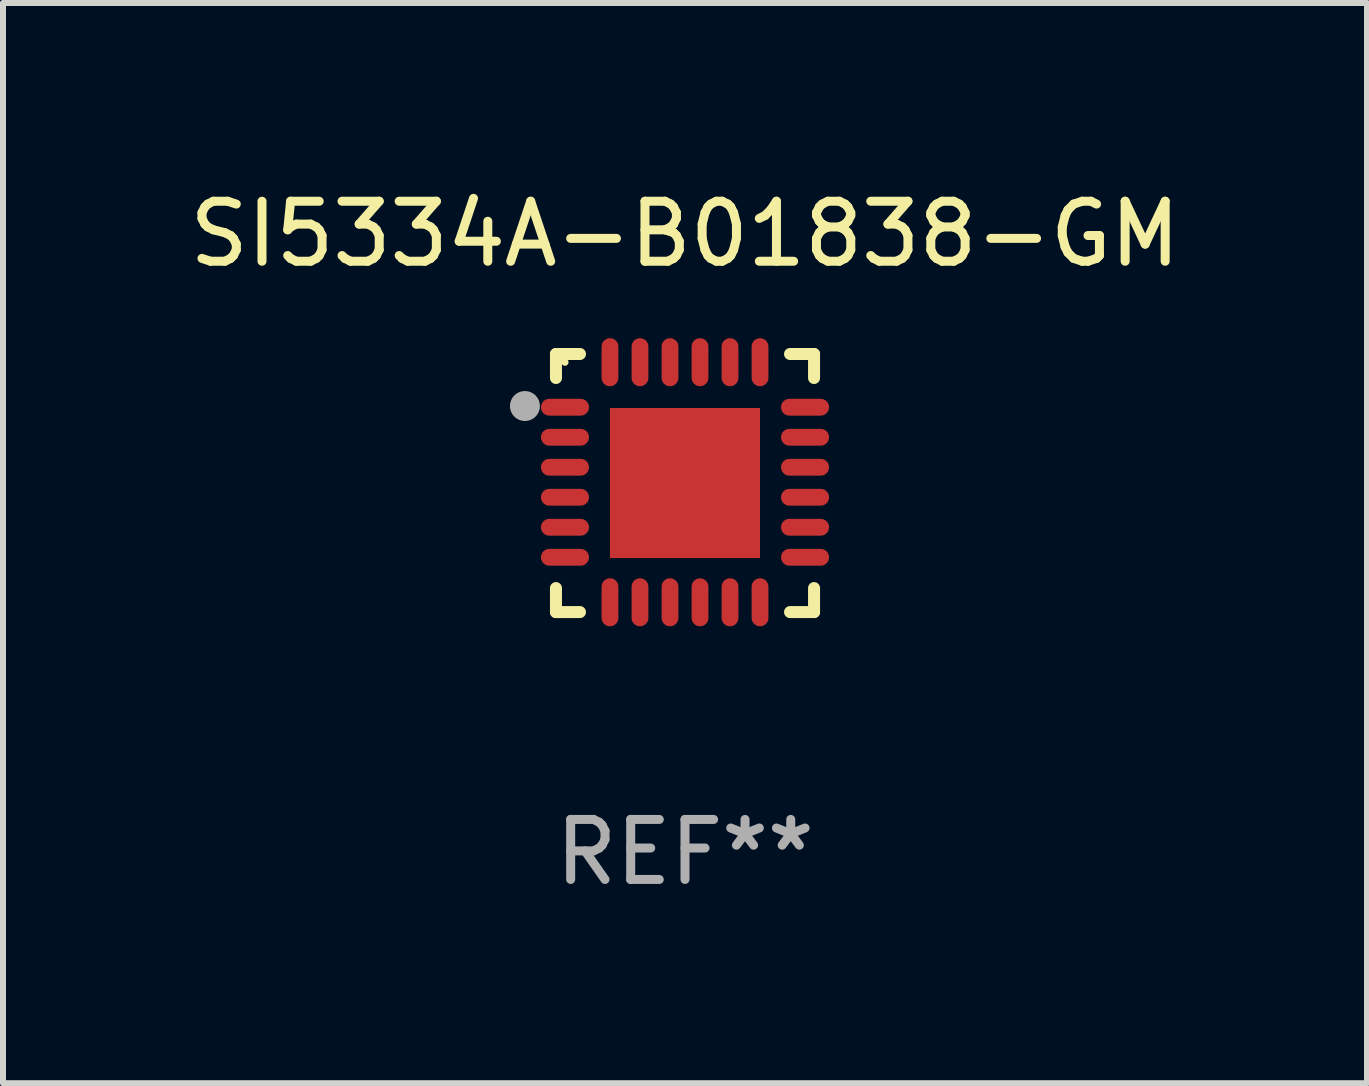
<source format=kicad_pcb>
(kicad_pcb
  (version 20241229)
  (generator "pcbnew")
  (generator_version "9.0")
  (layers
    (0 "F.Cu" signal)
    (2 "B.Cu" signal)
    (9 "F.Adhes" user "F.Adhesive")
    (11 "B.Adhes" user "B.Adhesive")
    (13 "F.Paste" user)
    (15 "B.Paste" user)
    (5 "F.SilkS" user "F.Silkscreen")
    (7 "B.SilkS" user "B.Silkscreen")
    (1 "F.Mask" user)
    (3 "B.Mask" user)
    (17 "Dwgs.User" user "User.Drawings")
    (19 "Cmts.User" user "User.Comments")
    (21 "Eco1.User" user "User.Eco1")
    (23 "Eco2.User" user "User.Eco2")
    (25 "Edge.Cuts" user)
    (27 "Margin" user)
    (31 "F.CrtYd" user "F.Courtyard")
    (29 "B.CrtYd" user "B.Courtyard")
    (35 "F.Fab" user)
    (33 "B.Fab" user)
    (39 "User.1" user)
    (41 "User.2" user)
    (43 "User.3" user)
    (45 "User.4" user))
  (footprint "SI5334A-B01838-GM"
    (layer "F.Cu")
    (at 8.363 4.998)
    (property "Reference" "SI5334A-B01838-GM" (at 0 -4.15 0) (layer "F.SilkS") (effects (font (size 1 1) (thickness 0.15))))
    (attr through_hole)
    (fp_line (start -2.15 -2.15) (end -1.75 -2.15) (stroke (width 0.2) (type solid)) (layer "F.SilkS"))
    (fp_line (start -2.15 -1.75) (end -2.15 -2.15) (stroke (width 0.2) (type solid)) (layer "F.SilkS"))
    (fp_line (start -2.15 2.15) (end -2.15 1.75) (stroke (width 0.2) (type solid)) (layer "F.SilkS"))
    (fp_line (start -1.75 2.15) (end -2.15 2.15) (stroke (width 0.2) (type solid)) (layer "F.SilkS"))
    (fp_line (start 1.75 -2.15) (end 2.15 -2.15) (stroke (width 0.2) (type solid)) (layer "F.SilkS"))
    (fp_line (start 1.75 2.15) (end 2.15 2.15) (stroke (width 0.2) (type solid)) (layer "F.SilkS"))
    (fp_line (start 2.15 -2.15) (end 2.15 -1.75) (stroke (width 0.2) (type solid)) (layer "F.SilkS"))
    (fp_line (start 2.15 2.15) (end 2.15 1.75) (stroke (width 0.2) (type solid)) (layer "F.SilkS"))
    (fp_circle (center -2 -2.013) (end -1.97 -2.013) (stroke (width 0.06) (type solid)) (fill no) (layer "F.SilkS"))
    (fp_circle (center -2.667 -1.283) (end -2.542 -1.283) (stroke (width 0.25) (type solid)) (fill no) (layer "F.Fab"))
    (fp_text user "REF**" (at 0 6.15 0) (layer "F.Fab") (effects (font (size 1 1) (thickness 0.15))))
    (pad "1" smd oval (at -2 -1.263) (size 0.8 0.28) (layers "F.Cu" "F.Mask" "F.Paste"))
    (pad "2" smd oval (at -2 -0.763) (size 0.8 0.28) (layers "F.Cu" "F.Mask" "F.Paste"))
    (pad "3" smd oval (at -2 -0.263) (size 0.8 0.28) (layers "F.Cu" "F.Mask" "F.Paste"))
    (pad "4" smd oval (at -2 0.237) (size 0.8 0.28) (layers "F.Cu" "F.Mask" "F.Paste"))
    (pad "5" smd oval (at -2 0.737) (size 0.8 0.28) (layers "F.Cu" "F.Mask" "F.Paste"))
    (pad "6" smd oval (at -2 1.237) (size 0.8 0.28) (layers "F.Cu" "F.Mask" "F.Paste"))
    (pad "7" smd oval (at -1.25 1.987) (size 0.28 0.8) (layers "F.Cu" "F.Mask" "F.Paste"))
    (pad "8" smd oval (at -0.75 1.987) (size 0.28 0.8) (layers "F.Cu" "F.Mask" "F.Paste"))
    (pad "9" smd oval (at -0.25 1.987) (size 0.28 0.8) (layers "F.Cu" "F.Mask" "F.Paste"))
    (pad "10" smd oval (at 0.25 1.987) (size 0.28 0.8) (layers "F.Cu" "F.Mask" "F.Paste"))
    (pad "11" smd oval (at 0.75 1.987) (size 0.28 0.8) (layers "F.Cu" "F.Mask" "F.Paste"))
    (pad "12" smd oval (at 1.25 1.987) (size 0.28 0.8) (layers "F.Cu" "F.Mask" "F.Paste"))
    (pad "13" smd oval (at 2 1.237) (size 0.8 0.28) (layers "F.Cu" "F.Mask" "F.Paste"))
    (pad "14" smd oval (at 2 0.737) (size 0.8 0.28) (layers "F.Cu" "F.Mask" "F.Paste"))
    (pad "15" smd oval (at 2 0.237) (size 0.8 0.28) (layers "F.Cu" "F.Mask" "F.Paste"))
    (pad "16" smd oval (at 2 -0.263) (size 0.8 0.28) (layers "F.Cu" "F.Mask" "F.Paste"))
    (pad "17" smd oval (at 2 -0.763) (size 0.8 0.28) (layers "F.Cu" "F.Mask" "F.Paste"))
    (pad "18" smd oval (at 2 -1.263) (size 0.8 0.28) (layers "F.Cu" "F.Mask" "F.Paste"))
    (pad "19" smd oval (at 1.25 -2.013) (size 0.28 0.8) (layers "F.Cu" "F.Mask" "F.Paste"))
    (pad "20" smd oval (at 0.75 -2.013) (size 0.28 0.8) (layers "F.Cu" "F.Mask" "F.Paste"))
    (pad "21" smd oval (at 0.25 -2.013) (size 0.28 0.8) (layers "F.Cu" "F.Mask" "F.Paste"))
    (pad "22" smd oval (at -0.25 -2.013) (size 0.28 0.8) (layers "F.Cu" "F.Mask" "F.Paste"))
    (pad "23" smd oval (at -0.75 -2.013) (size 0.28 0.8) (layers "F.Cu" "F.Mask" "F.Paste"))
    (pad "24" smd oval (at -1.25 -2.013) (size 0.28 0.8) (layers "F.Cu" "F.Mask" "F.Paste"))
    (pad "25" smd rect (at -0.000127 -0.00014) (size 2.5 2.5) (layers "F.Cu" "F.Mask" "F.Paste")))
  (gr_rect
    (start -3 -3)
    (end 19.726 14.997)
    (stroke (width 0.1) (type default))
    (fill no)
    (layer "Edge.Cuts")))
</source>
